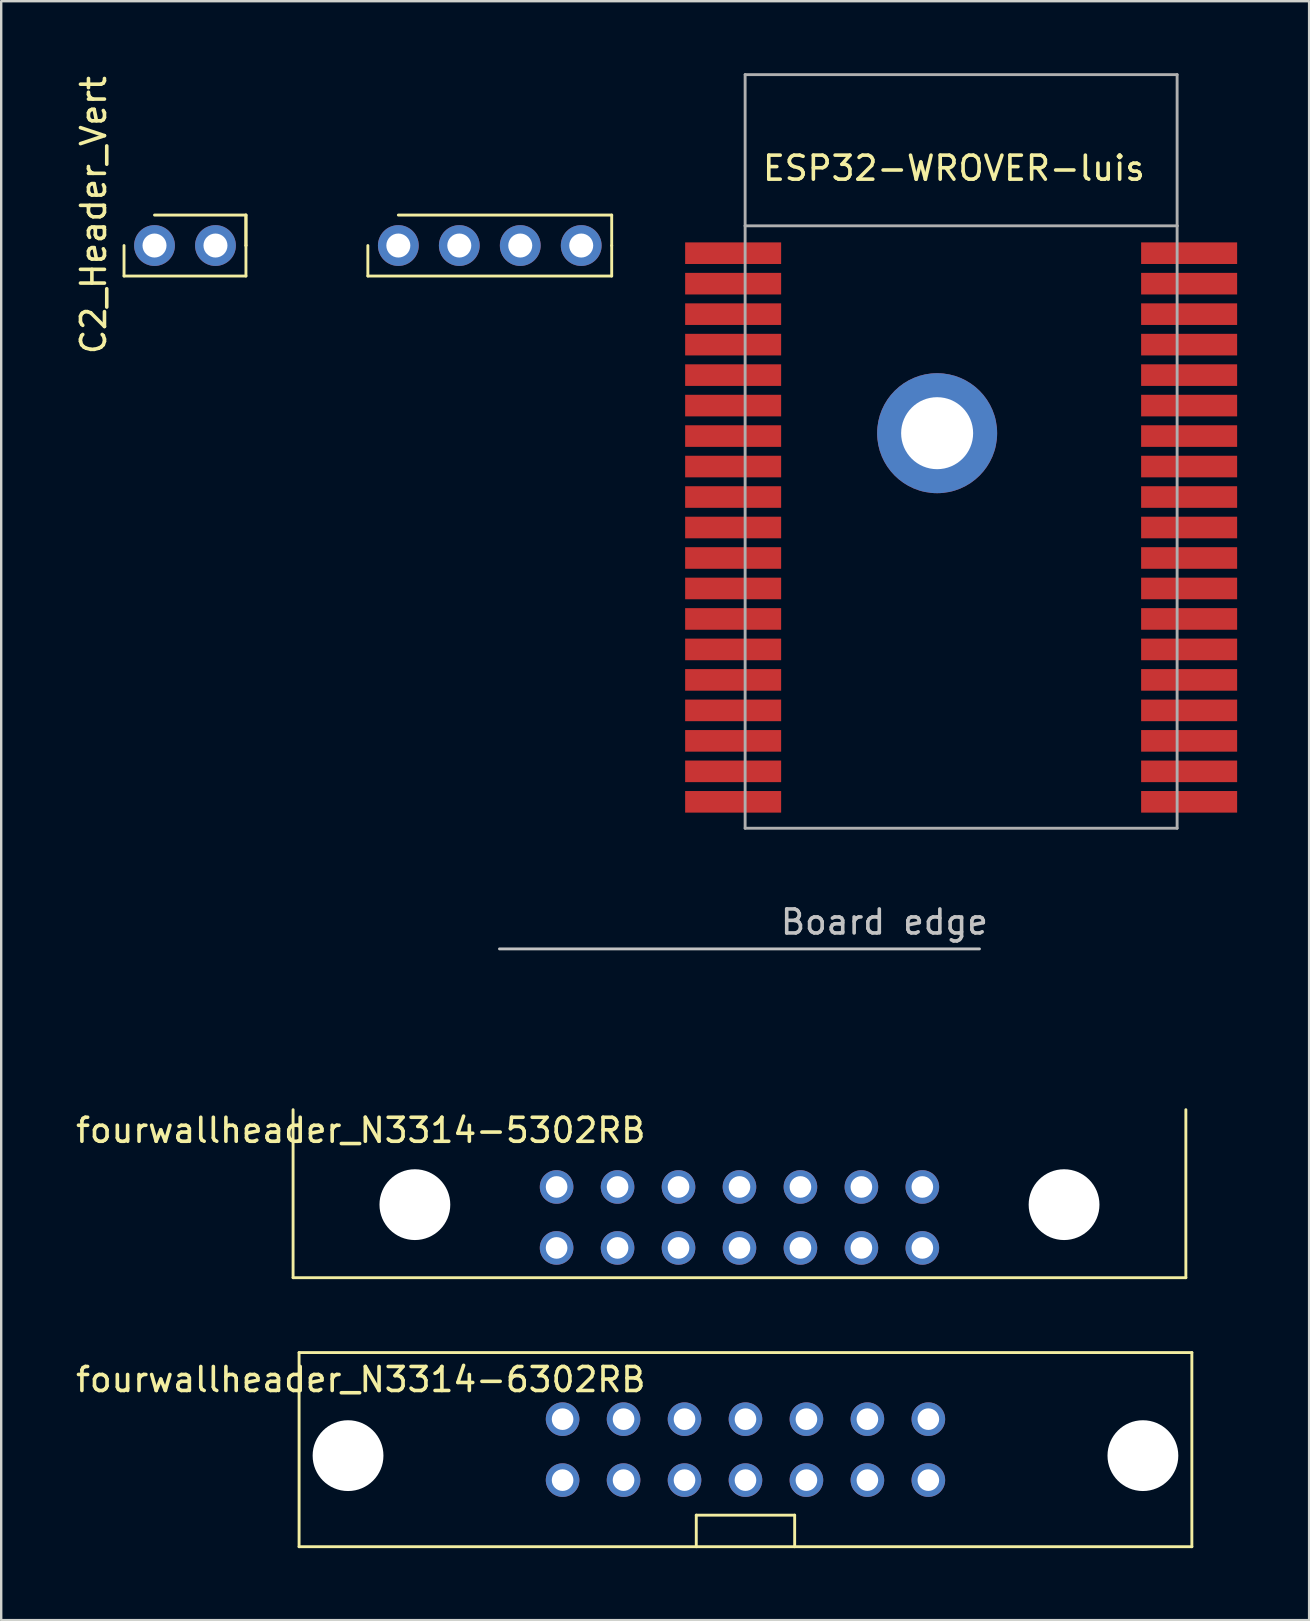
<source format=kicad_pcb>
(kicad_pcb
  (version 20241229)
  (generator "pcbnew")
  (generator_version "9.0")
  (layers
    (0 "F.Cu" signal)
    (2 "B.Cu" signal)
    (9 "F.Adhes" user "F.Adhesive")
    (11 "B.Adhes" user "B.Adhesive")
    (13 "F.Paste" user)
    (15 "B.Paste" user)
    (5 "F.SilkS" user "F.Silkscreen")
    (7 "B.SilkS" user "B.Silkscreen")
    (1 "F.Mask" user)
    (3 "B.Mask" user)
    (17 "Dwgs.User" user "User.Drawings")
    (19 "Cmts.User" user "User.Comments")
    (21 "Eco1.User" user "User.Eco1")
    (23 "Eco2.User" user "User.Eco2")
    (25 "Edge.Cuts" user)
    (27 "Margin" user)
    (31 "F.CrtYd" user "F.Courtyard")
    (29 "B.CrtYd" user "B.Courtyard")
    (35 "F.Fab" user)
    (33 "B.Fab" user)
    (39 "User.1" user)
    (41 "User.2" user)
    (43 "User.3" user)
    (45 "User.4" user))
  (footprint "fourwallheader_N3314-5302RB"
    (layer "F.Cu")
    (at 27.762 36.488)
    (property "Reference" "fourwallheader_N3314-5302RB" (at -15.78 7.56 0) (layer "F.SilkS") (effects (font (size 1 1) (thickness 0.15))))
    (attr through_hole)
    (fp_line (start -18.6 13.7) (end -18.6 6.7) (stroke (width 0.12) (type solid)) (layer "F.SilkS"))
    (fp_line (start -18.6 13.7) (end 18.6 13.7) (stroke (width 0.12) (type solid)) (layer "F.SilkS"))
    (fp_line (start 18.6 13.7) (end 18.6 6.7) (stroke (width 0.12) (type solid)) (layer "F.SilkS"))
    (fp_line (start -10 0) (end 10 0) (stroke (width 0.12) (type solid)) (layer "Dwgs.User"))
    (fp_text user "Board edge" (at 6.04 -1.12 0) (layer "Dwgs.User") (effects (font (size 1 1) (thickness 0.15))))
    (pad "" np_thru_hole circle (at -13.525 10.657) (size 2.95 2.95) (drill 2.95) (layers "*.Cu" "*.Mask"))
    (pad "" np_thru_hole circle (at 13.525 10.657) (size 2.95 2.95) (drill 2.95) (layers "*.Cu" "*.Mask"))
    (pad "1" thru_hole circle (at -7.62 12.46) (size 1.4 1.4) (drill 0.9) (layers "*.Cu" "*.Mask"))
    (pad "2" thru_hole circle (at -7.62 9.92) (size 1.4 1.4) (drill 0.9) (layers "*.Cu" "*.Mask"))
    (pad "3" thru_hole circle (at -5.08 12.46) (size 1.4 1.4) (drill 0.9) (layers "*.Cu" "*.Mask"))
    (pad "4" thru_hole circle (at -5.08 9.92) (size 1.4 1.4) (drill 0.9) (layers "*.Cu" "*.Mask"))
    (pad "5" thru_hole circle (at -2.54 12.46) (size 1.4 1.4) (drill 0.9) (layers "*.Cu" "*.Mask"))
    (pad "6" thru_hole circle (at -2.54 9.92) (size 1.4 1.4) (drill 0.9) (layers "*.Cu" "*.Mask"))
    (pad "7" thru_hole circle (at 0 12.46) (size 1.4 1.4) (drill 0.9) (layers "*.Cu" "*.Mask"))
    (pad "8" thru_hole circle (at 0 9.92) (size 1.4 1.4) (drill 0.9) (layers "*.Cu" "*.Mask"))
    (pad "9" thru_hole circle (at 2.54 12.46) (size 1.4 1.4) (drill 0.9) (layers "*.Cu" "*.Mask"))
    (pad "10" thru_hole circle (at 2.54 9.92) (size 1.4 1.4) (drill 0.9) (layers "*.Cu" "*.Mask"))
    (pad "11" thru_hole circle (at 5.08 12.46) (size 1.4 1.4) (drill 0.9) (layers "*.Cu" "*.Mask"))
    (pad "12" thru_hole circle (at 5.08 9.92) (size 1.4 1.4) (drill 0.9) (layers "*.Cu" "*.Mask"))
    (pad "13" thru_hole circle (at 7.62 12.46) (size 1.4 1.4) (drill 0.9) (layers "*.Cu" "*.Mask"))
    (pad "14" thru_hole circle (at 7.62 9.92) (size 1.4 1.4) (drill 0.9) (layers "*.Cu" "*.Mask")))
  (footprint "fourwallheader_N3314-6302RB"
    (layer "F.Cu")
    (at 28.012 56.083)
    (property "Reference" "fourwallheader_N3314-6302RB" (at -16.03 -1.65 0) (layer "F.SilkS") (effects (font (size 1 1) (thickness 0.15))))
    (attr through_hole)
    (fp_line (start -18.6 -2.775) (end -18.6 5.315) (stroke (width 0.12) (type solid)) (layer "F.SilkS"))
    (fp_line (start -18.6 -2.775) (end 18.6 -2.775) (stroke (width 0.12) (type solid)) (layer "F.SilkS"))
    (fp_line (start -18.6 5.315) (end 18.6 5.315) (stroke (width 0.12) (type solid)) (layer "F.SilkS"))
    (fp_line (start -2.05 4) (end 2.05 4) (stroke (width 0.12) (type solid)) (layer "F.SilkS"))
    (fp_line (start -2.05 5.315) (end -2.05 4) (stroke (width 0.12) (type solid)) (layer "F.SilkS"))
    (fp_line (start 2.05 4) (end 2.05 5.315) (stroke (width 0.12) (type solid)) (layer "F.SilkS"))
    (fp_line (start 18.6 -2.775) (end 18.6 5.315) (stroke (width 0.12) (type solid)) (layer "F.SilkS"))
    (pad "" np_thru_hole circle (at -16.56 1.52) (size 2.95 2.95) (drill 2.95) (layers "*.Cu" "*.Mask"))
    (pad "" np_thru_hole circle (at 16.56 1.52) (size 2.95 2.95) (drill 2.95) (layers "*.Cu" "*.Mask"))
    (pad "1" thru_hole circle (at -7.62 2.54) (size 1.4 1.4) (drill 0.9) (layers "*.Cu" "*.Mask"))
    (pad "2" thru_hole circle (at -7.62 0) (size 1.4 1.4) (drill 0.9) (layers "*.Cu" "*.Mask"))
    (pad "3" thru_hole circle (at -5.08 2.54) (size 1.4 1.4) (drill 0.9) (layers "*.Cu" "*.Mask"))
    (pad "4" thru_hole circle (at -5.08 0) (size 1.4 1.4) (drill 0.9) (layers "*.Cu" "*.Mask"))
    (pad "5" thru_hole circle (at -2.54 2.54) (size 1.4 1.4) (drill 0.9) (layers "*.Cu" "*.Mask"))
    (pad "6" thru_hole circle (at -2.54 0) (size 1.4 1.4) (drill 0.9) (layers "*.Cu" "*.Mask"))
    (pad "7" thru_hole circle (at 0 2.54) (size 1.4 1.4) (drill 0.9) (layers "*.Cu" "*.Mask"))
    (pad "8" thru_hole circle (at 0 0) (size 1.4 1.4) (drill 0.9) (layers "*.Cu" "*.Mask"))
    (pad "9" thru_hole circle (at 2.54 2.54) (size 1.4 1.4) (drill 0.9) (layers "*.Cu" "*.Mask"))
    (pad "10" thru_hole circle (at 2.54 0) (size 1.4 1.4) (drill 0.9) (layers "*.Cu" "*.Mask"))
    (pad "11" thru_hole circle (at 5.08 2.54) (size 1.4 1.4) (drill 0.9) (layers "*.Cu" "*.Mask"))
    (pad "12" thru_hole circle (at 5.08 0) (size 1.4 1.4) (drill 0.9) (layers "*.Cu" "*.Mask"))
    (pad "13" thru_hole circle (at 7.62 2.54) (size 1.4 1.4) (drill 0.9) (layers "*.Cu" "*.Mask"))
    (pad "14" thru_hole circle (at 7.62 0) (size 1.4 1.4) (drill 0.9) (layers "*.Cu" "*.Mask")))
  (footprint "ESP32-WROVER-luis"
    (layer "F.Cu")
    (at 27.998 6.36)
    (property "Reference" "ESP32-WROVER-luis" (at 8.7 -2.4 0) (layer "F.SilkS") (effects (font (size 1 1) (thickness 0.15))))
    (attr through_hole)
    (fp_line (start 0 -6.3) (end 18 -6.3) (stroke (width 0.12) (type solid)) (layer "F.Fab"))
    (fp_line (start 0 0) (end 0 -6.3) (stroke (width 0.12) (type solid)) (layer "F.Fab"))
    (fp_line (start 0 0) (end 0 25.1) (stroke (width 0.12) (type solid)) (layer "F.Fab"))
    (fp_line (start 0 25.1) (end 18 25.1) (stroke (width 0.12) (type solid)) (layer "F.Fab"))
    (fp_line (start 18 -6.3) (end 18 0) (stroke (width 0.12) (type solid)) (layer "F.Fab"))
    (fp_line (start 18 0) (end 0 0) (stroke (width 0.12) (type solid)) (layer "F.Fab"))
    (fp_line (start 18 25.1) (end 18 0) (stroke (width 0.12) (type solid)) (layer "F.Fab"))
    (pad "1" smd rect (at -0.5 1.14) (size 4 0.9) (layers "F.Cu" "F.Mask" "F.Paste"))
    (pad "2" smd rect (at -0.5 2.41) (size 4 0.9) (layers "F.Cu" "F.Mask" "F.Paste"))
    (pad "3" smd rect (at -0.5 3.68) (size 4 0.9) (layers "F.Cu" "F.Mask" "F.Paste"))
    (pad "4" smd rect (at -0.5 4.95) (size 4 0.9) (layers "F.Cu" "F.Mask" "F.Paste"))
    (pad "5" smd rect (at -0.5 6.22) (size 4 0.9) (layers "F.Cu" "F.Mask" "F.Paste"))
    (pad "6" smd rect (at -0.5 7.49) (size 4 0.9) (layers "F.Cu" "F.Mask" "F.Paste"))
    (pad "7" smd rect (at -0.5 8.76) (size 4 0.9) (layers "F.Cu" "F.Mask" "F.Paste"))
    (pad "8" smd rect (at -0.5 10.03) (size 4 0.9) (layers "F.Cu" "F.Mask" "F.Paste"))
    (pad "9" smd rect (at -0.5 11.3) (size 4 0.9) (layers "F.Cu" "F.Mask" "F.Paste"))
    (pad "10" smd rect (at -0.5 12.57) (size 4 0.9) (layers "F.Cu" "F.Mask" "F.Paste"))
    (pad "11" smd rect (at -0.5 13.84) (size 4 0.9) (layers "F.Cu" "F.Mask" "F.Paste"))
    (pad "12" smd rect (at -0.5 15.11) (size 4 0.9) (layers "F.Cu" "F.Mask" "F.Paste"))
    (pad "13" smd rect (at -0.5 16.38) (size 4 0.9) (layers "F.Cu" "F.Mask" "F.Paste"))
    (pad "14" smd rect (at -0.5 17.65) (size 4 0.9) (layers "F.Cu" "F.Mask" "F.Paste"))
    (pad "15" smd rect (at -0.5 18.92) (size 4 0.9) (layers "F.Cu" "F.Mask" "F.Paste"))
    (pad "16" smd rect (at -0.5 20.19) (size 4 0.9) (layers "F.Cu" "F.Mask" "F.Paste"))
    (pad "17" smd rect (at -0.5 21.46) (size 4 0.9) (layers "F.Cu" "F.Mask" "F.Paste"))
    (pad "18" smd rect (at -0.5 22.73) (size 4 0.9) (layers "F.Cu" "F.Mask" "F.Paste"))
    (pad "19" smd rect (at -0.5 24) (size 4 0.9) (layers "F.Cu" "F.Mask" "F.Paste"))
    (pad "20" smd rect (at 18.5 24) (size 4 0.9) (layers "F.Cu" "F.Mask" "F.Paste"))
    (pad "21" smd rect (at 18.5 22.73) (size 4 0.9) (layers "F.Cu" "F.Mask" "F.Paste"))
    (pad "22" smd rect (at 18.5 21.46) (size 4 0.9) (layers "F.Cu" "F.Mask" "F.Paste"))
    (pad "23" smd rect (at 18.5 20.19) (size 4 0.9) (layers "F.Cu" "F.Mask" "F.Paste"))
    (pad "24" smd rect (at 18.5 18.92) (size 4 0.9) (layers "F.Cu" "F.Mask" "F.Paste"))
    (pad "25" smd rect (at 18.5 17.65) (size 4 0.9) (layers "F.Cu" "F.Mask" "F.Paste"))
    (pad "26" smd rect (at 18.5 16.38) (size 4 0.9) (layers "F.Cu" "F.Mask" "F.Paste"))
    (pad "27" smd rect (at 18.5 15.11) (size 4 0.9) (layers "F.Cu" "F.Mask" "F.Paste"))
    (pad "28" smd rect (at 18.5 13.84) (size 4 0.9) (layers "F.Cu" "F.Mask" "F.Paste"))
    (pad "29" smd rect (at 18.5 12.57) (size 4 0.9) (layers "F.Cu" "F.Mask" "F.Paste"))
    (pad "30" smd rect (at 18.5 11.3) (size 4 0.9) (layers "F.Cu" "F.Mask" "F.Paste"))
    (pad "31" smd rect (at 18.5 10.03) (size 4 0.9) (layers "F.Cu" "F.Mask" "F.Paste"))
    (pad "32" smd rect (at 18.5 8.76) (size 4 0.9) (layers "F.Cu" "F.Mask" "F.Paste"))
    (pad "33" smd rect (at 18.5 7.49) (size 4 0.9) (layers "F.Cu" "F.Mask" "F.Paste"))
    (pad "34" smd rect (at 18.5 6.22) (size 4 0.9) (layers "F.Cu" "F.Mask" "F.Paste"))
    (pad "35" smd rect (at 18.5 4.95) (size 4 0.9) (layers "F.Cu" "F.Mask" "F.Paste"))
    (pad "36" smd rect (at 18.5 3.68) (size 4 0.9) (layers "F.Cu" "F.Mask" "F.Paste"))
    (pad "37" smd rect (at 18.5 2.41) (size 4 0.9) (layers "F.Cu" "F.Mask" "F.Paste"))
    (pad "38" smd rect (at 18.5 1.14) (size 4 0.9) (layers "F.Cu" "F.Mask" "F.Paste"))
    (pad "39" thru_hole circle (at 8 8.64) (size 5 5) (drill 3) (layers "*.Cu" "*.Mask")))
  (footprint "C2_Header_Vert"
    (layer "F.Cu")
    (at 3.388 7.181)
    (property "Reference" "C2_Header_Vert" (at -2.54 -1.27 90) (layer "F.SilkS") (effects (font (size 1 1) (thickness 0.15))))
    (attr through_hole)
    (fp_line (start -1.27 0) (end -1.27 1.27) (stroke (width 0.12) (type solid)) (layer "F.SilkS"))
    (fp_line (start -1.27 1.27) (end 3.81 1.27) (stroke (width 0.12) (type solid)) (layer "F.SilkS"))
    (fp_line (start 0 -1.27) (end 3.81 -1.27) (stroke (width 0.12) (type solid)) (layer "F.SilkS"))
    (fp_line (start 3.81 -1.27) (end 3.81 0) (stroke (width 0.12) (type solid)) (layer "F.SilkS"))
    (fp_line (start 3.81 0) (end 3.81 -1.27) (stroke (width 0.12) (type solid)) (layer "F.SilkS"))
    (fp_line (start 3.81 1.27) (end 3.81 0) (stroke (width 0.12) (type solid)) (layer "F.SilkS"))
    (fp_line (start 8.89 0) (end 8.89 1.27) (stroke (width 0.12) (type solid)) (layer "F.SilkS"))
    (fp_line (start 8.89 1.27) (end 19.05 1.27) (stroke (width 0.12) (type solid)) (layer "F.SilkS"))
    (fp_line (start 10.16 -1.27) (end 19.05 -1.27) (stroke (width 0.12) (type solid)) (layer "F.SilkS"))
    (fp_line (start 19.05 -1.27) (end 19.05 0) (stroke (width 0.12) (type solid)) (layer "F.SilkS"))
    (fp_line (start 19.05 1.27) (end 19.05 0) (stroke (width 0.12) (type solid)) (layer "F.SilkS"))
    (pad "1" thru_hole circle (at 0 0) (size 1.7 1.7) (drill 1) (layers "*.Cu" "*.Mask"))
    (pad "2" thru_hole circle (at 2.54 0) (size 1.7 1.7) (drill 1) (layers "*.Cu" "*.Mask"))
    (pad "5" thru_hole circle (at 10.16 0) (size 1.7 1.7) (drill 1) (layers "*.Cu" "*.Mask"))
    (pad "6" thru_hole circle (at 12.7 0) (size 1.7 1.7) (drill 1) (layers "*.Cu" "*.Mask"))
    (pad "7" thru_hole circle (at 15.24 0) (size 1.7 1.7) (drill 1) (layers "*.Cu" "*.Mask"))
    (pad "8" thru_hole circle (at 17.78 0) (size 1.7 1.7) (drill 1) (layers "*.Cu" "*.Mask")))
  (gr_rect
    (start -3 -3)
    (end 51.498 64.458)
    (stroke (width 0.1) (type default))
    (fill no)
    (layer "Edge.Cuts")))
</source>
